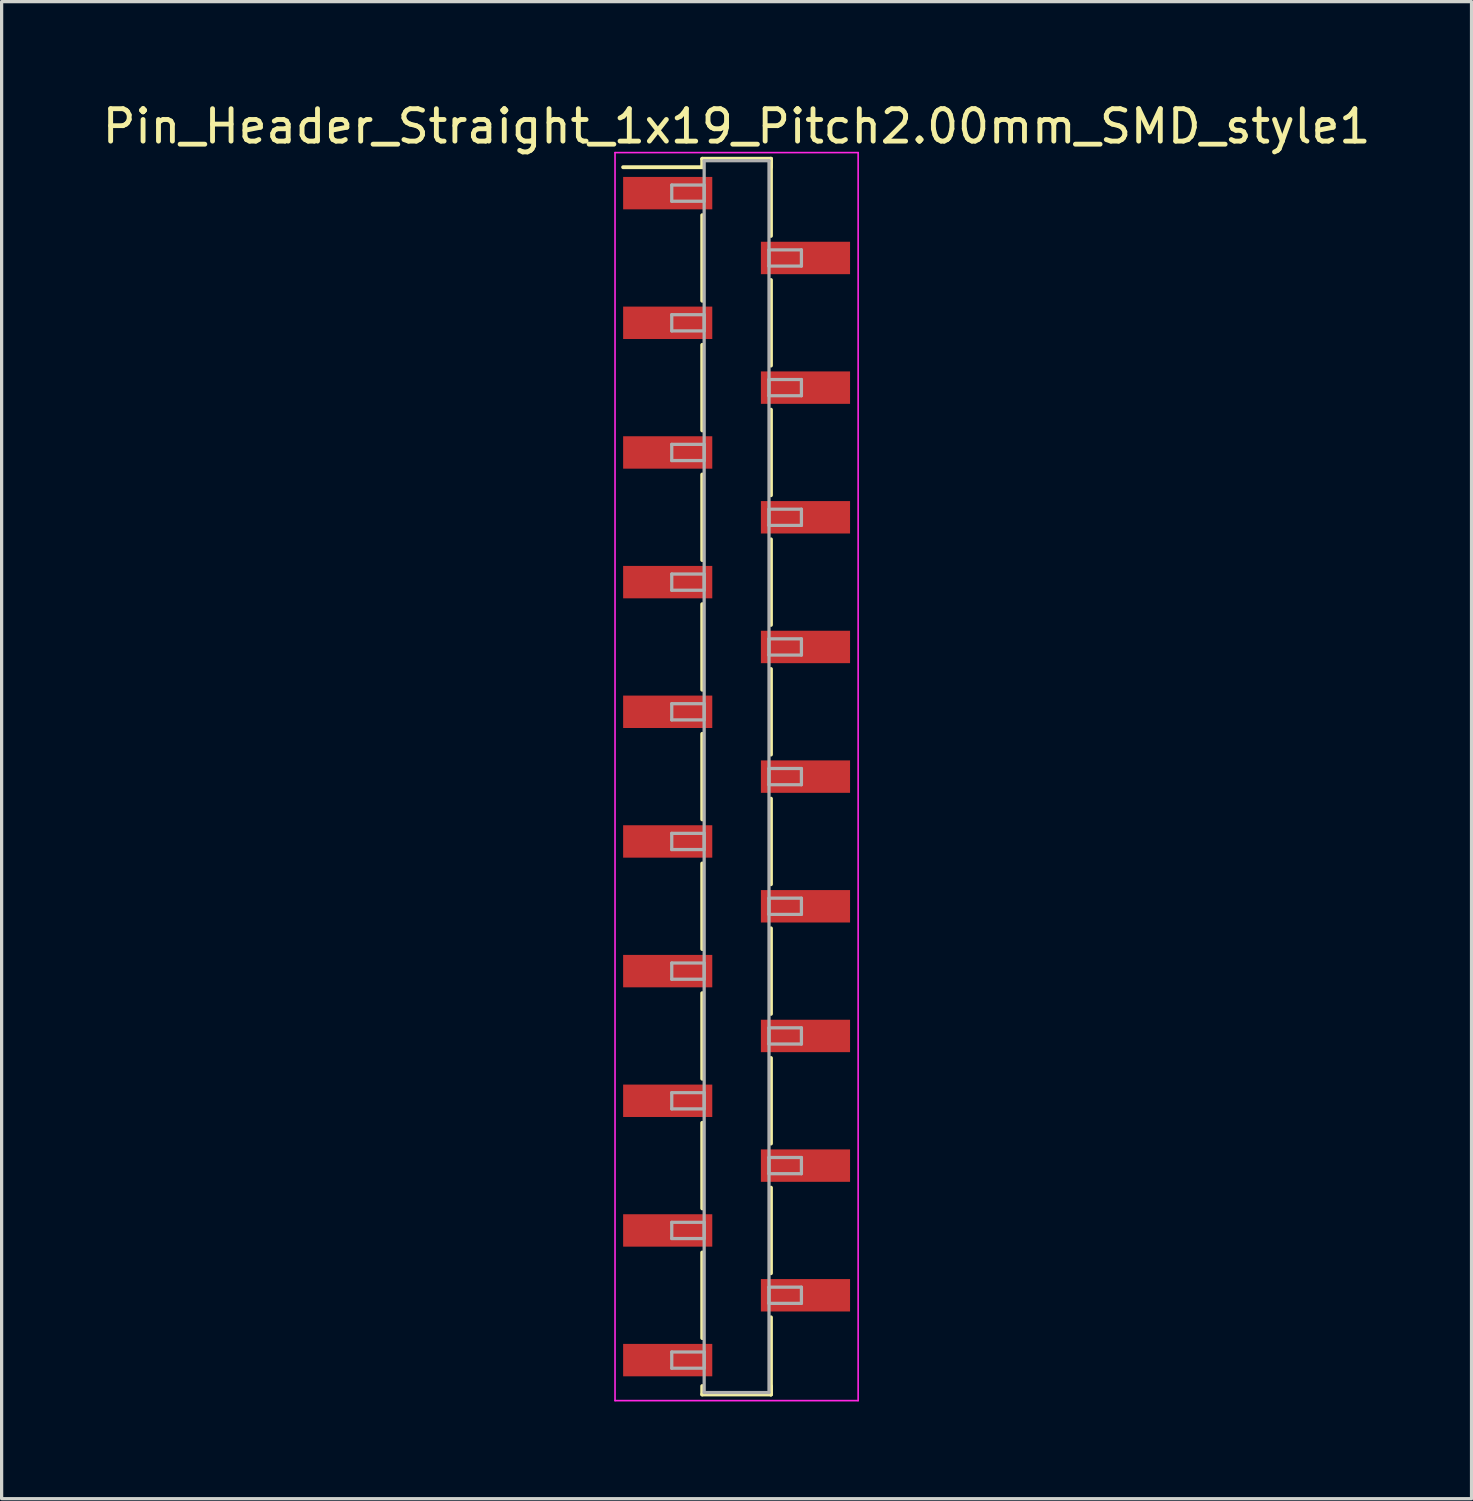
<source format=kicad_pcb>
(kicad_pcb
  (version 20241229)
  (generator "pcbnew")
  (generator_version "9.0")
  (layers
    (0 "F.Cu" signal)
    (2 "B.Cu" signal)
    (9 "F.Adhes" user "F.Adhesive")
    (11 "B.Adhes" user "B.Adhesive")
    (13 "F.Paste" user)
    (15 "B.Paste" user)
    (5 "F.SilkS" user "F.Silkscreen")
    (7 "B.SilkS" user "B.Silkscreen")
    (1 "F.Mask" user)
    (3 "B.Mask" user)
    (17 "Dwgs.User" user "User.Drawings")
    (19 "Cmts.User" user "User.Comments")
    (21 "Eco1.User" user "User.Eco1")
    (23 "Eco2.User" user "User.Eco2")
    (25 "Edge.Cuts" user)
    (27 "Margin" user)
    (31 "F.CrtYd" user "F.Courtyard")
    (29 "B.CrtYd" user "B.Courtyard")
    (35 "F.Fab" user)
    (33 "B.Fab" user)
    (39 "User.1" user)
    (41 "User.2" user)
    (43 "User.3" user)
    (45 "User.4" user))
  (footprint "Pin_Header_Straight_1x19_Pitch2.00mm_SMD_style1"
    (layer "F.Cu")
    (at 19.673 20.908)
    (property "Reference" "Pin_Header_Straight_1x19_Pitch2.00mm_SMD_style1" (at 0 -20.06 0) (layer "F.SilkS") (effects (font (size 1 1) (thickness 0.15))))
    (attr smd)
    (fp_line (start -1.06 -19.06) (end 1.06 -19.06) (stroke (width 0.12) (type solid)) (layer "F.SilkS"))
    (fp_line (start -1.06 -18.8) (end -3.5 -18.8) (stroke (width 0.12) (type solid)) (layer "F.SilkS"))
    (fp_line (start -1.06 -18.8) (end -1.06 -19.06) (stroke (width 0.12) (type solid)) (layer "F.SilkS"))
    (fp_line (start -1.06 -17.32) (end -1.06 -14.68) (stroke (width 0.12) (type solid)) (layer "F.SilkS"))
    (fp_line (start -1.06 -13.32) (end -1.06 -10.68) (stroke (width 0.12) (type solid)) (layer "F.SilkS"))
    (fp_line (start -1.06 -9.32) (end -1.06 -6.68) (stroke (width 0.12) (type solid)) (layer "F.SilkS"))
    (fp_line (start -1.06 -5.32) (end -1.06 -2.68) (stroke (width 0.12) (type solid)) (layer "F.SilkS"))
    (fp_line (start -1.06 -1.32) (end -1.06 1.32) (stroke (width 0.12) (type solid)) (layer "F.SilkS"))
    (fp_line (start -1.06 2.68) (end -1.06 5.32) (stroke (width 0.12) (type solid)) (layer "F.SilkS"))
    (fp_line (start -1.06 6.68) (end -1.06 9.32) (stroke (width 0.12) (type solid)) (layer "F.SilkS"))
    (fp_line (start -1.06 10.68) (end -1.06 13.32) (stroke (width 0.12) (type solid)) (layer "F.SilkS"))
    (fp_line (start -1.06 14.68) (end -1.06 17.32) (stroke (width 0.12) (type solid)) (layer "F.SilkS"))
    (fp_line (start -1.06 18.8) (end -1.06 19.06) (stroke (width 0.12) (type solid)) (layer "F.SilkS"))
    (fp_line (start -1.06 19.06) (end 1.06 19.06) (stroke (width 0.12) (type solid)) (layer "F.SilkS"))
    (fp_line (start 1.06 -19.06) (end 1.06 -18.8) (stroke (width 0.12) (type solid)) (layer "F.SilkS"))
    (fp_line (start 1.06 -19.06) (end 1.06 -16.68) (stroke (width 0.12) (type solid)) (layer "F.SilkS"))
    (fp_line (start 1.06 -15.32) (end 1.06 -12.68) (stroke (width 0.12) (type solid)) (layer "F.SilkS"))
    (fp_line (start 1.06 -11.32) (end 1.06 -8.68) (stroke (width 0.12) (type solid)) (layer "F.SilkS"))
    (fp_line (start 1.06 -7.32) (end 1.06 -4.68) (stroke (width 0.12) (type solid)) (layer "F.SilkS"))
    (fp_line (start 1.06 -3.32) (end 1.06 -0.68) (stroke (width 0.12) (type solid)) (layer "F.SilkS"))
    (fp_line (start 1.06 0.68) (end 1.06 3.32) (stroke (width 0.12) (type solid)) (layer "F.SilkS"))
    (fp_line (start 1.06 4.68) (end 1.06 7.32) (stroke (width 0.12) (type solid)) (layer "F.SilkS"))
    (fp_line (start 1.06 8.68) (end 1.06 11.32) (stroke (width 0.12) (type solid)) (layer "F.SilkS"))
    (fp_line (start 1.06 12.68) (end 1.06 15.32) (stroke (width 0.12) (type solid)) (layer "F.SilkS"))
    (fp_line (start 1.06 16.68) (end 1.06 19.06) (stroke (width 0.12) (type solid)) (layer "F.SilkS"))
    (fp_line (start 1.06 19.06) (end 1.06 18.8) (stroke (width 0.12) (type solid)) (layer "F.SilkS"))
    (fp_line (start -3.75 -19.25) (end -3.75 19.25) (stroke (width 0.05) (type solid)) (layer "F.CrtYd"))
    (fp_line (start -3.75 19.25) (end 3.75 19.25) (stroke (width 0.05) (type solid)) (layer "F.CrtYd"))
    (fp_line (start 3.75 -19.25) (end -3.75 -19.25) (stroke (width 0.05) (type solid)) (layer "F.CrtYd"))
    (fp_line (start 3.75 19.25) (end 3.75 -19.25) (stroke (width 0.05) (type solid)) (layer "F.CrtYd"))
    (fp_line (start -2 -18.25) (end -1 -18.25) (stroke (width 0.1) (type solid)) (layer "F.Fab"))
    (fp_line (start -2 -17.75) (end -2 -18.25) (stroke (width 0.1) (type solid)) (layer "F.Fab"))
    (fp_line (start -2 -14.25) (end -1 -14.25) (stroke (width 0.1) (type solid)) (layer "F.Fab"))
    (fp_line (start -2 -13.75) (end -2 -14.25) (stroke (width 0.1) (type solid)) (layer "F.Fab"))
    (fp_line (start -2 -10.25) (end -1 -10.25) (stroke (width 0.1) (type solid)) (layer "F.Fab"))
    (fp_line (start -2 -9.75) (end -2 -10.25) (stroke (width 0.1) (type solid)) (layer "F.Fab"))
    (fp_line (start -2 -6.25) (end -1 -6.25) (stroke (width 0.1) (type solid)) (layer "F.Fab"))
    (fp_line (start -2 -5.75) (end -2 -6.25) (stroke (width 0.1) (type solid)) (layer "F.Fab"))
    (fp_line (start -2 -2.25) (end -1 -2.25) (stroke (width 0.1) (type solid)) (layer "F.Fab"))
    (fp_line (start -2 -1.75) (end -2 -2.25) (stroke (width 0.1) (type solid)) (layer "F.Fab"))
    (fp_line (start -2 1.75) (end -1 1.75) (stroke (width 0.1) (type solid)) (layer "F.Fab"))
    (fp_line (start -2 2.25) (end -2 1.75) (stroke (width 0.1) (type solid)) (layer "F.Fab"))
    (fp_line (start -2 5.75) (end -1 5.75) (stroke (width 0.1) (type solid)) (layer "F.Fab"))
    (fp_line (start -2 6.25) (end -2 5.75) (stroke (width 0.1) (type solid)) (layer "F.Fab"))
    (fp_line (start -2 9.75) (end -1 9.75) (stroke (width 0.1) (type solid)) (layer "F.Fab"))
    (fp_line (start -2 10.25) (end -2 9.75) (stroke (width 0.1) (type solid)) (layer "F.Fab"))
    (fp_line (start -2 13.75) (end -1 13.75) (stroke (width 0.1) (type solid)) (layer "F.Fab"))
    (fp_line (start -2 14.25) (end -2 13.75) (stroke (width 0.1) (type solid)) (layer "F.Fab"))
    (fp_line (start -2 17.75) (end -1 17.75) (stroke (width 0.1) (type solid)) (layer "F.Fab"))
    (fp_line (start -2 18.25) (end -2 17.75) (stroke (width 0.1) (type solid)) (layer "F.Fab"))
    (fp_line (start -1 -19) (end -1 19) (stroke (width 0.1) (type solid)) (layer "F.Fab"))
    (fp_line (start -1 -18.25) (end -1 -17.75) (stroke (width 0.1) (type solid)) (layer "F.Fab"))
    (fp_line (start -1 -17.75) (end -2 -17.75) (stroke (width 0.1) (type solid)) (layer "F.Fab"))
    (fp_line (start -1 -14.25) (end -1 -13.75) (stroke (width 0.1) (type solid)) (layer "F.Fab"))
    (fp_line (start -1 -13.75) (end -2 -13.75) (stroke (width 0.1) (type solid)) (layer "F.Fab"))
    (fp_line (start -1 -10.25) (end -1 -9.75) (stroke (width 0.1) (type solid)) (layer "F.Fab"))
    (fp_line (start -1 -9.75) (end -2 -9.75) (stroke (width 0.1) (type solid)) (layer "F.Fab"))
    (fp_line (start -1 -6.25) (end -1 -5.75) (stroke (width 0.1) (type solid)) (layer "F.Fab"))
    (fp_line (start -1 -5.75) (end -2 -5.75) (stroke (width 0.1) (type solid)) (layer "F.Fab"))
    (fp_line (start -1 -2.25) (end -1 -1.75) (stroke (width 0.1) (type solid)) (layer "F.Fab"))
    (fp_line (start -1 -1.75) (end -2 -1.75) (stroke (width 0.1) (type solid)) (layer "F.Fab"))
    (fp_line (start -1 1.75) (end -1 2.25) (stroke (width 0.1) (type solid)) (layer "F.Fab"))
    (fp_line (start -1 2.25) (end -2 2.25) (stroke (width 0.1) (type solid)) (layer "F.Fab"))
    (fp_line (start -1 5.75) (end -1 6.25) (stroke (width 0.1) (type solid)) (layer "F.Fab"))
    (fp_line (start -1 6.25) (end -2 6.25) (stroke (width 0.1) (type solid)) (layer "F.Fab"))
    (fp_line (start -1 9.75) (end -1 10.25) (stroke (width 0.1) (type solid)) (layer "F.Fab"))
    (fp_line (start -1 10.25) (end -2 10.25) (stroke (width 0.1) (type solid)) (layer "F.Fab"))
    (fp_line (start -1 13.75) (end -1 14.25) (stroke (width 0.1) (type solid)) (layer "F.Fab"))
    (fp_line (start -1 14.25) (end -2 14.25) (stroke (width 0.1) (type solid)) (layer "F.Fab"))
    (fp_line (start -1 17.75) (end -1 18.25) (stroke (width 0.1) (type solid)) (layer "F.Fab"))
    (fp_line (start -1 18.25) (end -2 18.25) (stroke (width 0.1) (type solid)) (layer "F.Fab"))
    (fp_line (start -1 19) (end 1 19) (stroke (width 0.1) (type solid)) (layer "F.Fab"))
    (fp_line (start 1 -19) (end -1 -19) (stroke (width 0.1) (type solid)) (layer "F.Fab"))
    (fp_line (start 1 -16.25) (end 1 -15.75) (stroke (width 0.1) (type solid)) (layer "F.Fab"))
    (fp_line (start 1 -15.75) (end 2 -15.75) (stroke (width 0.1) (type solid)) (layer "F.Fab"))
    (fp_line (start 1 -12.25) (end 1 -11.75) (stroke (width 0.1) (type solid)) (layer "F.Fab"))
    (fp_line (start 1 -11.75) (end 2 -11.75) (stroke (width 0.1) (type solid)) (layer "F.Fab"))
    (fp_line (start 1 -8.25) (end 1 -7.75) (stroke (width 0.1) (type solid)) (layer "F.Fab"))
    (fp_line (start 1 -7.75) (end 2 -7.75) (stroke (width 0.1) (type solid)) (layer "F.Fab"))
    (fp_line (start 1 -4.25) (end 1 -3.75) (stroke (width 0.1) (type solid)) (layer "F.Fab"))
    (fp_line (start 1 -3.75) (end 2 -3.75) (stroke (width 0.1) (type solid)) (layer "F.Fab"))
    (fp_line (start 1 -0.25) (end 1 0.25) (stroke (width 0.1) (type solid)) (layer "F.Fab"))
    (fp_line (start 1 0.25) (end 2 0.25) (stroke (width 0.1) (type solid)) (layer "F.Fab"))
    (fp_line (start 1 3.75) (end 1 4.25) (stroke (width 0.1) (type solid)) (layer "F.Fab"))
    (fp_line (start 1 4.25) (end 2 4.25) (stroke (width 0.1) (type solid)) (layer "F.Fab"))
    (fp_line (start 1 7.75) (end 1 8.25) (stroke (width 0.1) (type solid)) (layer "F.Fab"))
    (fp_line (start 1 8.25) (end 2 8.25) (stroke (width 0.1) (type solid)) (layer "F.Fab"))
    (fp_line (start 1 11.75) (end 1 12.25) (stroke (width 0.1) (type solid)) (layer "F.Fab"))
    (fp_line (start 1 12.25) (end 2 12.25) (stroke (width 0.1) (type solid)) (layer "F.Fab"))
    (fp_line (start 1 15.75) (end 1 16.25) (stroke (width 0.1) (type solid)) (layer "F.Fab"))
    (fp_line (start 1 16.25) (end 2 16.25) (stroke (width 0.1) (type solid)) (layer "F.Fab"))
    (fp_line (start 1 19) (end 1 -19) (stroke (width 0.1) (type solid)) (layer "F.Fab"))
    (fp_line (start 2 -16.25) (end 1 -16.25) (stroke (width 0.1) (type solid)) (layer "F.Fab"))
    (fp_line (start 2 -15.75) (end 2 -16.25) (stroke (width 0.1) (type solid)) (layer "F.Fab"))
    (fp_line (start 2 -12.25) (end 1 -12.25) (stroke (width 0.1) (type solid)) (layer "F.Fab"))
    (fp_line (start 2 -11.75) (end 2 -12.25) (stroke (width 0.1) (type solid)) (layer "F.Fab"))
    (fp_line (start 2 -8.25) (end 1 -8.25) (stroke (width 0.1) (type solid)) (layer "F.Fab"))
    (fp_line (start 2 -7.75) (end 2 -8.25) (stroke (width 0.1) (type solid)) (layer "F.Fab"))
    (fp_line (start 2 -4.25) (end 1 -4.25) (stroke (width 0.1) (type solid)) (layer "F.Fab"))
    (fp_line (start 2 -3.75) (end 2 -4.25) (stroke (width 0.1) (type solid)) (layer "F.Fab"))
    (fp_line (start 2 -0.25) (end 1 -0.25) (stroke (width 0.1) (type solid)) (layer "F.Fab"))
    (fp_line (start 2 0.25) (end 2 -0.25) (stroke (width 0.1) (type solid)) (layer "F.Fab"))
    (fp_line (start 2 3.75) (end 1 3.75) (stroke (width 0.1) (type solid)) (layer "F.Fab"))
    (fp_line (start 2 4.25) (end 2 3.75) (stroke (width 0.1) (type solid)) (layer "F.Fab"))
    (fp_line (start 2 7.75) (end 1 7.75) (stroke (width 0.1) (type solid)) (layer "F.Fab"))
    (fp_line (start 2 8.25) (end 2 7.75) (stroke (width 0.1) (type solid)) (layer "F.Fab"))
    (fp_line (start 2 11.75) (end 1 11.75) (stroke (width 0.1) (type solid)) (layer "F.Fab"))
    (fp_line (start 2 12.25) (end 2 11.75) (stroke (width 0.1) (type solid)) (layer "F.Fab"))
    (fp_line (start 2 15.75) (end 1 15.75) (stroke (width 0.1) (type solid)) (layer "F.Fab"))
    (fp_line (start 2 16.25) (end 2 15.75) (stroke (width 0.1) (type solid)) (layer "F.Fab"))
    (pad "1" smd rect (at -2.125 -18) (size 2.75 1) (layers "F.Cu" "F.Mask"))
    (pad "2" smd rect (at 2.125 -16) (size 2.75 1) (layers "F.Cu" "F.Mask"))
    (pad "3" smd rect (at -2.125 -14) (size 2.75 1) (layers "F.Cu" "F.Mask"))
    (pad "4" smd rect (at 2.125 -12) (size 2.75 1) (layers "F.Cu" "F.Mask"))
    (pad "5" smd rect (at -2.125 -10) (size 2.75 1) (layers "F.Cu" "F.Mask"))
    (pad "6" smd rect (at 2.125 -8) (size 2.75 1) (layers "F.Cu" "F.Mask"))
    (pad "7" smd rect (at -2.125 -6) (size 2.75 1) (layers "F.Cu" "F.Mask"))
    (pad "8" smd rect (at 2.125 -4) (size 2.75 1) (layers "F.Cu" "F.Mask"))
    (pad "9" smd rect (at -2.125 -2) (size 2.75 1) (layers "F.Cu" "F.Mask"))
    (pad "10" smd rect (at 2.125 0) (size 2.75 1) (layers "F.Cu" "F.Mask"))
    (pad "11" smd rect (at -2.125 2) (size 2.75 1) (layers "F.Cu" "F.Mask"))
    (pad "12" smd rect (at 2.125 4) (size 2.75 1) (layers "F.Cu" "F.Mask"))
    (pad "13" smd rect (at -2.125 6) (size 2.75 1) (layers "F.Cu" "F.Mask"))
    (pad "14" smd rect (at 2.125 8) (size 2.75 1) (layers "F.Cu" "F.Mask"))
    (pad "15" smd rect (at -2.125 10) (size 2.75 1) (layers "F.Cu" "F.Mask"))
    (pad "16" smd rect (at 2.125 12) (size 2.75 1) (layers "F.Cu" "F.Mask"))
    (pad "17" smd rect (at -2.125 14) (size 2.75 1) (layers "F.Cu" "F.Mask"))
    (pad "18" smd rect (at 2.125 16) (size 2.75 1) (layers "F.Cu" "F.Mask"))
    (pad "19" smd rect (at -2.125 18) (size 2.75 1) (layers "F.Cu" "F.Mask")))
  (gr_rect
    (start -3 -3)
    (end 42.345 43.183)
    (stroke (width 0.1) (type default))
    (fill no)
    (layer "Edge.Cuts")))
</source>
